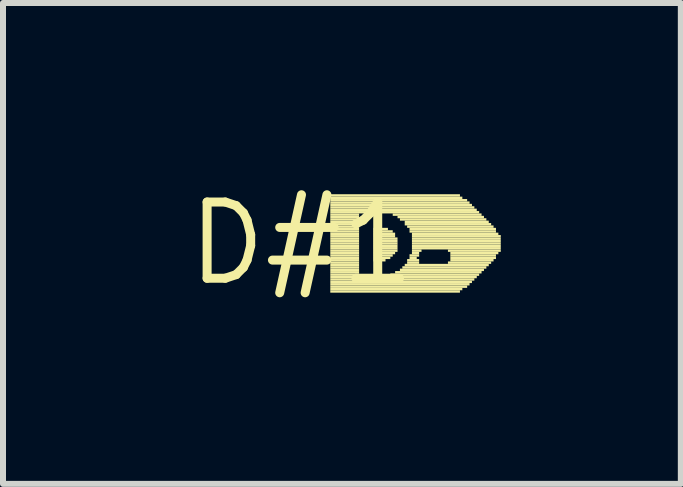
<source format=kicad_pcb>
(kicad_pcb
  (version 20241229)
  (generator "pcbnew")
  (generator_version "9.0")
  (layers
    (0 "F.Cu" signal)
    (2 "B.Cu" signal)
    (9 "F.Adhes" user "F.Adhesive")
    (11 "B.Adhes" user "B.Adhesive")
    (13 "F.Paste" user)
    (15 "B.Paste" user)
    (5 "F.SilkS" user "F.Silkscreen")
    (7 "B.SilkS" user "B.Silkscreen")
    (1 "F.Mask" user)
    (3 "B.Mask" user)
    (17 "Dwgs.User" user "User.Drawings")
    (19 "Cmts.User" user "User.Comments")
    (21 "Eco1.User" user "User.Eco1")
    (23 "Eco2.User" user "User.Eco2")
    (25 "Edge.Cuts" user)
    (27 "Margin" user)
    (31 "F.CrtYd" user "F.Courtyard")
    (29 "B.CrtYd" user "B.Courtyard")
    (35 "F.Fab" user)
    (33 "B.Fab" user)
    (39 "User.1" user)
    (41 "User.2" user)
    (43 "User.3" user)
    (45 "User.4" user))
  (footprint "D#1"
    (layer "F.Cu")
    (at 1.973 1.006)
    (property "Reference" "D#1" (at 0 0 0) (layer "F.SilkS") (effects (font (size 1.27 1.27) (thickness 0.15))))
    (fp_poly (pts (xy 0.48 -0.78) (xy 2.64 -0.78) (xy 2.64 -0.82) (xy 0.48 -0.82)) (stroke (width 0) (type solid)) (fill yes) (layer "F.SilkS"))
    (fp_poly (pts (xy 0.48 -0.74) (xy 2.68 -0.74) (xy 2.68 -0.78) (xy 0.48 -0.78)) (stroke (width 0) (type solid)) (fill yes) (layer "F.SilkS"))
    (fp_poly (pts (xy 0.48 -0.7) (xy 2.76 -0.7) (xy 2.76 -0.74) (xy 0.48 -0.74)) (stroke (width 0) (type solid)) (fill yes) (layer "F.SilkS"))
    (fp_poly (pts (xy 0.48 -0.66) (xy 2.8 -0.66) (xy 2.8 -0.7) (xy 0.48 -0.7)) (stroke (width 0) (type solid)) (fill yes) (layer "F.SilkS"))
    (fp_poly (pts (xy 0.48 -0.62) (xy 2.84 -0.62) (xy 2.84 -0.66) (xy 0.48 -0.66)) (stroke (width 0) (type solid)) (fill yes) (layer "F.SilkS"))
    (fp_poly (pts (xy 0.48 -0.58) (xy 2.88 -0.58) (xy 2.88 -0.62) (xy 0.48 -0.62)) (stroke (width 0) (type solid)) (fill yes) (layer "F.SilkS"))
    (fp_poly (pts (xy 0.48 -0.54) (xy 2.92 -0.54) (xy 2.92 -0.58) (xy 0.48 -0.58)) (stroke (width 0) (type solid)) (fill yes) (layer "F.SilkS"))
    (fp_poly (pts (xy 0.48 -0.5) (xy 2.96 -0.5) (xy 2.96 -0.54) (xy 0.48 -0.54)) (stroke (width 0) (type solid)) (fill yes) (layer "F.SilkS"))
    (fp_poly (pts (xy 0.48 -0.46) (xy 0.96 -0.46) (xy 0.96 -0.5) (xy 0.48 -0.5)) (stroke (width 0) (type solid)) (fill yes) (layer "F.SilkS"))
    (fp_poly (pts (xy 0.48 -0.42) (xy 0.96 -0.42) (xy 0.96 -0.46) (xy 0.48 -0.46)) (stroke (width 0) (type solid)) (fill yes) (layer "F.SilkS"))
    (fp_poly (pts (xy 0.48 -0.38) (xy 0.96 -0.38) (xy 0.96 -0.42) (xy 0.48 -0.42)) (stroke (width 0) (type solid)) (fill yes) (layer "F.SilkS"))
    (fp_poly (pts (xy 0.48 -0.34) (xy 0.96 -0.34) (xy 0.96 -0.38) (xy 0.48 -0.38)) (stroke (width 0) (type solid)) (fill yes) (layer "F.SilkS"))
    (fp_poly (pts (xy 0.48 -0.3) (xy 0.96 -0.3) (xy 0.96 -0.34) (xy 0.48 -0.34)) (stroke (width 0) (type solid)) (fill yes) (layer "F.SilkS"))
    (fp_poly (pts (xy 0.48 -0.26) (xy 0.96 -0.26) (xy 0.96 -0.3) (xy 0.48 -0.3)) (stroke (width 0) (type solid)) (fill yes) (layer "F.SilkS"))
    (fp_poly (pts (xy 0.48 -0.22) (xy 0.96 -0.22) (xy 0.96 -0.26) (xy 0.48 -0.26)) (stroke (width 0) (type solid)) (fill yes) (layer "F.SilkS"))
    (fp_poly (pts (xy 0.48 -0.18) (xy 0.96 -0.18) (xy 0.96 -0.22) (xy 0.48 -0.22)) (stroke (width 0) (type solid)) (fill yes) (layer "F.SilkS"))
    (fp_poly (pts (xy 0.48 -0.14) (xy 0.96 -0.14) (xy 0.96 -0.18) (xy 0.48 -0.18)) (stroke (width 0) (type solid)) (fill yes) (layer "F.SilkS"))
    (fp_poly (pts (xy 0.48 -0.1) (xy 0.96 -0.1) (xy 0.96 -0.14) (xy 0.48 -0.14)) (stroke (width 0) (type solid)) (fill yes) (layer "F.SilkS"))
    (fp_poly (pts (xy 0.48 -0.06) (xy 0.96 -0.06) (xy 0.96 -0.1) (xy 0.48 -0.1)) (stroke (width 0) (type solid)) (fill yes) (layer "F.SilkS"))
    (fp_poly (pts (xy 0.48 -0.02) (xy 0.96 -0.02) (xy 0.96 -0.06) (xy 0.48 -0.06)) (stroke (width 0) (type solid)) (fill yes) (layer "F.SilkS"))
    (fp_poly (pts (xy 0.48 0.02) (xy 0.96 0.02) (xy 0.96 -0.02) (xy 0.48 -0.02)) (stroke (width 0) (type solid)) (fill yes) (layer "F.SilkS"))
    (fp_poly (pts (xy 0.48 0.06) (xy 0.96 0.06) (xy 0.96 0.02) (xy 0.48 0.02)) (stroke (width 0) (type solid)) (fill yes) (layer "F.SilkS"))
    (fp_poly (pts (xy 0.48 0.1) (xy 0.96 0.1) (xy 0.96 0.06) (xy 0.48 0.06)) (stroke (width 0) (type solid)) (fill yes) (layer "F.SilkS"))
    (fp_poly (pts (xy 0.48 0.14) (xy 0.96 0.14) (xy 0.96 0.1) (xy 0.48 0.1)) (stroke (width 0) (type solid)) (fill yes) (layer "F.SilkS"))
    (fp_poly (pts (xy 0.48 0.18) (xy 0.96 0.18) (xy 0.96 0.14) (xy 0.48 0.14)) (stroke (width 0) (type solid)) (fill yes) (layer "F.SilkS"))
    (fp_poly (pts (xy 0.48 0.22) (xy 0.96 0.22) (xy 0.96 0.18) (xy 0.48 0.18)) (stroke (width 0) (type solid)) (fill yes) (layer "F.SilkS"))
    (fp_poly (pts (xy 0.48 0.26) (xy 0.96 0.26) (xy 0.96 0.22) (xy 0.48 0.22)) (stroke (width 0) (type solid)) (fill yes) (layer "F.SilkS"))
    (fp_poly (pts (xy 0.48 0.3) (xy 0.96 0.3) (xy 0.96 0.26) (xy 0.48 0.26)) (stroke (width 0) (type solid)) (fill yes) (layer "F.SilkS"))
    (fp_poly (pts (xy 0.48 0.34) (xy 0.96 0.34) (xy 0.96 0.3) (xy 0.48 0.3)) (stroke (width 0) (type solid)) (fill yes) (layer "F.SilkS"))
    (fp_poly (pts (xy 0.48 0.38) (xy 0.96 0.38) (xy 0.96 0.34) (xy 0.48 0.34)) (stroke (width 0) (type solid)) (fill yes) (layer "F.SilkS"))
    (fp_poly (pts (xy 0.48 0.42) (xy 0.96 0.42) (xy 0.96 0.38) (xy 0.48 0.38)) (stroke (width 0) (type solid)) (fill yes) (layer "F.SilkS"))
    (fp_poly (pts (xy 0.48 0.46) (xy 0.96 0.46) (xy 0.96 0.42) (xy 0.48 0.42)) (stroke (width 0) (type solid)) (fill yes) (layer "F.SilkS"))
    (fp_poly (pts (xy 0.48 0.5) (xy 0.96 0.5) (xy 0.96 0.46) (xy 0.48 0.46)) (stroke (width 0) (type solid)) (fill yes) (layer "F.SilkS"))
    (fp_poly (pts (xy 0.48 0.54) (xy 0.96 0.54) (xy 0.96 0.5) (xy 0.48 0.5)) (stroke (width 0) (type solid)) (fill yes) (layer "F.SilkS"))
    (fp_poly (pts (xy 0.48 0.58) (xy 2.92 0.58) (xy 2.92 0.54) (xy 0.48 0.54)) (stroke (width 0) (type solid)) (fill yes) (layer "F.SilkS"))
    (fp_poly (pts (xy 0.48 0.62) (xy 2.88 0.62) (xy 2.88 0.58) (xy 0.48 0.58)) (stroke (width 0) (type solid)) (fill yes) (layer "F.SilkS"))
    (fp_poly (pts (xy 0.48 0.66) (xy 2.84 0.66) (xy 2.84 0.62) (xy 0.48 0.62)) (stroke (width 0) (type solid)) (fill yes) (layer "F.SilkS"))
    (fp_poly (pts (xy 0.48 0.7) (xy 2.8 0.7) (xy 2.8 0.66) (xy 0.48 0.66)) (stroke (width 0) (type solid)) (fill yes) (layer "F.SilkS"))
    (fp_poly (pts (xy 0.48 0.74) (xy 2.76 0.74) (xy 2.76 0.7) (xy 0.48 0.7)) (stroke (width 0) (type solid)) (fill yes) (layer "F.SilkS"))
    (fp_poly (pts (xy 0.48 0.78) (xy 2.68 0.78) (xy 2.68 0.74) (xy 0.48 0.74)) (stroke (width 0) (type solid)) (fill yes) (layer "F.SilkS"))
    (fp_poly (pts (xy 0.48 0.82) (xy 2.64 0.82) (xy 2.64 0.78) (xy 0.48 0.78)) (stroke (width 0) (type solid)) (fill yes) (layer "F.SilkS"))
    (fp_poly (pts (xy 1.2 -0.22) (xy 1.44 -0.22) (xy 1.44 -0.26) (xy 1.2 -0.26)) (stroke (width 0) (type solid)) (fill yes) (layer "F.SilkS"))
    (fp_poly (pts (xy 1.2 -0.18) (xy 1.52 -0.18) (xy 1.52 -0.22) (xy 1.2 -0.22)) (stroke (width 0) (type solid)) (fill yes) (layer "F.SilkS"))
    (fp_poly (pts (xy 1.2 -0.14) (xy 1.56 -0.14) (xy 1.56 -0.18) (xy 1.2 -0.18)) (stroke (width 0) (type solid)) (fill yes) (layer "F.SilkS"))
    (fp_poly (pts (xy 1.2 -0.1) (xy 1.56 -0.1) (xy 1.56 -0.14) (xy 1.2 -0.14)) (stroke (width 0) (type solid)) (fill yes) (layer "F.SilkS"))
    (fp_poly (pts (xy 1.2 -0.06) (xy 1.6 -0.06) (xy 1.6 -0.1) (xy 1.2 -0.1)) (stroke (width 0) (type solid)) (fill yes) (layer "F.SilkS"))
    (fp_poly (pts (xy 1.2 -0.02) (xy 1.6 -0.02) (xy 1.6 -0.06) (xy 1.2 -0.06)) (stroke (width 0) (type solid)) (fill yes) (layer "F.SilkS"))
    (fp_poly (pts (xy 1.2 0.02) (xy 1.6 0.02) (xy 1.6 -0.02) (xy 1.2 -0.02)) (stroke (width 0) (type solid)) (fill yes) (layer "F.SilkS"))
    (fp_poly (pts (xy 1.2 0.06) (xy 1.6 0.06) (xy 1.6 0.02) (xy 1.2 0.02)) (stroke (width 0) (type solid)) (fill yes) (layer "F.SilkS"))
    (fp_poly (pts (xy 1.2 0.1) (xy 1.6 0.1) (xy 1.6 0.06) (xy 1.2 0.06)) (stroke (width 0) (type solid)) (fill yes) (layer "F.SilkS"))
    (fp_poly (pts (xy 1.2 0.14) (xy 1.6 0.14) (xy 1.6 0.1) (xy 1.2 0.1)) (stroke (width 0) (type solid)) (fill yes) (layer "F.SilkS"))
    (fp_poly (pts (xy 1.2 0.18) (xy 1.56 0.18) (xy 1.56 0.14) (xy 1.2 0.14)) (stroke (width 0) (type solid)) (fill yes) (layer "F.SilkS"))
    (fp_poly (pts (xy 1.2 0.22) (xy 1.52 0.22) (xy 1.52 0.18) (xy 1.2 0.18)) (stroke (width 0) (type solid)) (fill yes) (layer "F.SilkS"))
    (fp_poly (pts (xy 1.2 0.26) (xy 1.48 0.26) (xy 1.48 0.22) (xy 1.2 0.22)) (stroke (width 0) (type solid)) (fill yes) (layer "F.SilkS"))
    (fp_poly (pts (xy 1.2 0.3) (xy 1.4 0.3) (xy 1.4 0.26) (xy 1.2 0.26)) (stroke (width 0) (type solid)) (fill yes) (layer "F.SilkS"))
    (fp_poly (pts (xy 1.48 0.54) (xy 2.96 0.54) (xy 2.96 0.5) (xy 1.48 0.5)) (stroke (width 0) (type solid)) (fill yes) (layer "F.SilkS"))
    (fp_poly (pts (xy 1.52 -0.46) (xy 3 -0.46) (xy 3 -0.5) (xy 1.52 -0.5)) (stroke (width 0) (type solid)) (fill yes) (layer "F.SilkS"))
    (fp_poly (pts (xy 1.56 0.5) (xy 3 0.5) (xy 3 0.46) (xy 1.56 0.46)) (stroke (width 0) (type solid)) (fill yes) (layer "F.SilkS"))
    (fp_poly (pts (xy 1.6 -0.42) (xy 3.04 -0.42) (xy 3.04 -0.46) (xy 1.6 -0.46)) (stroke (width 0) (type solid)) (fill yes) (layer "F.SilkS"))
    (fp_poly (pts (xy 1.64 -0.38) (xy 3.08 -0.38) (xy 3.08 -0.42) (xy 1.64 -0.42)) (stroke (width 0) (type solid)) (fill yes) (layer "F.SilkS"))
    (fp_poly (pts (xy 1.64 0.46) (xy 3.04 0.46) (xy 3.04 0.42) (xy 1.64 0.42)) (stroke (width 0) (type solid)) (fill yes) (layer "F.SilkS"))
    (fp_poly (pts (xy 1.68 0.42) (xy 3.08 0.42) (xy 3.08 0.38) (xy 1.68 0.38)) (stroke (width 0) (type solid)) (fill yes) (layer "F.SilkS"))
    (fp_poly (pts (xy 1.72 -0.34) (xy 3.12 -0.34) (xy 3.12 -0.38) (xy 1.72 -0.38)) (stroke (width 0) (type solid)) (fill yes) (layer "F.SilkS"))
    (fp_poly (pts (xy 1.72 -0.3) (xy 3.16 -0.3) (xy 3.16 -0.34) (xy 1.72 -0.34)) (stroke (width 0) (type solid)) (fill yes) (layer "F.SilkS"))
    (fp_poly (pts (xy 1.72 0.38) (xy 3.12 0.38) (xy 3.12 0.34) (xy 1.72 0.34)) (stroke (width 0) (type solid)) (fill yes) (layer "F.SilkS"))
    (fp_poly (pts (xy 1.76 -0.26) (xy 3.2 -0.26) (xy 3.2 -0.3) (xy 1.76 -0.3)) (stroke (width 0) (type solid)) (fill yes) (layer "F.SilkS"))
    (fp_poly (pts (xy 1.76 0.3) (xy 1.96 0.3) (xy 1.96 0.26) (xy 1.76 0.26)) (stroke (width 0) (type solid)) (fill yes) (layer "F.SilkS"))
    (fp_poly (pts (xy 1.76 0.34) (xy 1.96 0.34) (xy 1.96 0.3) (xy 1.76 0.3)) (stroke (width 0) (type solid)) (fill yes) (layer "F.SilkS"))
    (fp_poly (pts (xy 1.8 -0.22) (xy 3.24 -0.22) (xy 3.24 -0.26) (xy 1.8 -0.26)) (stroke (width 0) (type solid)) (fill yes) (layer "F.SilkS"))
    (fp_poly (pts (xy 1.8 -0.18) (xy 3.24 -0.18) (xy 3.24 -0.22) (xy 1.8 -0.22)) (stroke (width 0) (type solid)) (fill yes) (layer "F.SilkS"))
    (fp_poly (pts (xy 1.8 0.22) (xy 1.96 0.22) (xy 1.96 0.18) (xy 1.8 0.18)) (stroke (width 0) (type solid)) (fill yes) (layer "F.SilkS"))
    (fp_poly (pts (xy 1.8 0.26) (xy 1.92 0.26) (xy 1.92 0.22) (xy 1.8 0.22)) (stroke (width 0) (type solid)) (fill yes) (layer "F.SilkS"))
    (fp_poly (pts (xy 1.84 -0.14) (xy 3.28 -0.14) (xy 3.28 -0.18) (xy 1.84 -0.18)) (stroke (width 0) (type solid)) (fill yes) (layer "F.SilkS"))
    (fp_poly (pts (xy 1.84 -0.1) (xy 3.32 -0.1) (xy 3.32 -0.14) (xy 1.84 -0.14)) (stroke (width 0) (type solid)) (fill yes) (layer "F.SilkS"))
    (fp_poly (pts (xy 1.84 -0.06) (xy 3.32 -0.06) (xy 3.32 -0.1) (xy 1.84 -0.1)) (stroke (width 0) (type solid)) (fill yes) (layer "F.SilkS"))
    (fp_poly (pts (xy 1.84 -0.02) (xy 3.32 -0.02) (xy 3.32 -0.06) (xy 1.84 -0.06)) (stroke (width 0) (type solid)) (fill yes) (layer "F.SilkS"))
    (fp_poly (pts (xy 1.84 0.02) (xy 3.32 0.02) (xy 3.32 -0.02) (xy 1.84 -0.02)) (stroke (width 0) (type solid)) (fill yes) (layer "F.SilkS"))
    (fp_poly (pts (xy 1.84 0.06) (xy 3.32 0.06) (xy 3.32 0.02) (xy 1.84 0.02)) (stroke (width 0) (type solid)) (fill yes) (layer "F.SilkS"))
    (fp_poly (pts (xy 1.84 0.1) (xy 3.32 0.1) (xy 3.32 0.06) (xy 1.84 0.06)) (stroke (width 0) (type solid)) (fill yes) (layer "F.SilkS"))
    (fp_poly (pts (xy 1.84 0.14) (xy 2 0.14) (xy 2 0.1) (xy 1.84 0.1)) (stroke (width 0) (type solid)) (fill yes) (layer "F.SilkS"))
    (fp_poly (pts (xy 1.84 0.18) (xy 1.96 0.18) (xy 1.96 0.14) (xy 1.84 0.14)) (stroke (width 0) (type solid)) (fill yes) (layer "F.SilkS"))
    (fp_poly (pts (xy 2.44 0.14) (xy 3.32 0.14) (xy 3.32 0.1) (xy 2.44 0.1)) (stroke (width 0) (type solid)) (fill yes) (layer "F.SilkS"))
    (fp_poly (pts (xy 2.44 0.34) (xy 3.16 0.34) (xy 3.16 0.3) (xy 2.44 0.3)) (stroke (width 0) (type solid)) (fill yes) (layer "F.SilkS"))
    (fp_poly (pts (xy 2.48 0.18) (xy 3.28 0.18) (xy 3.28 0.14) (xy 2.48 0.14)) (stroke (width 0) (type solid)) (fill yes) (layer "F.SilkS"))
    (fp_poly (pts (xy 2.48 0.22) (xy 3.24 0.22) (xy 3.24 0.18) (xy 2.48 0.18)) (stroke (width 0) (type solid)) (fill yes) (layer "F.SilkS"))
    (fp_poly (pts (xy 2.48 0.26) (xy 3.24 0.26) (xy 3.24 0.22) (xy 2.48 0.22)) (stroke (width 0) (type solid)) (fill yes) (layer "F.SilkS"))
    (fp_poly (pts (xy 2.48 0.3) (xy 3.2 0.3) (xy 3.2 0.26) (xy 2.48 0.26)) (stroke (width 0) (type solid)) (fill yes) (layer "F.SilkS")))
  (gr_rect
    (start -3 -3)
    (end 8.293 5.012)
    (stroke (width 0.1) (type default))
    (fill no)
    (layer "Edge.Cuts")))
</source>
